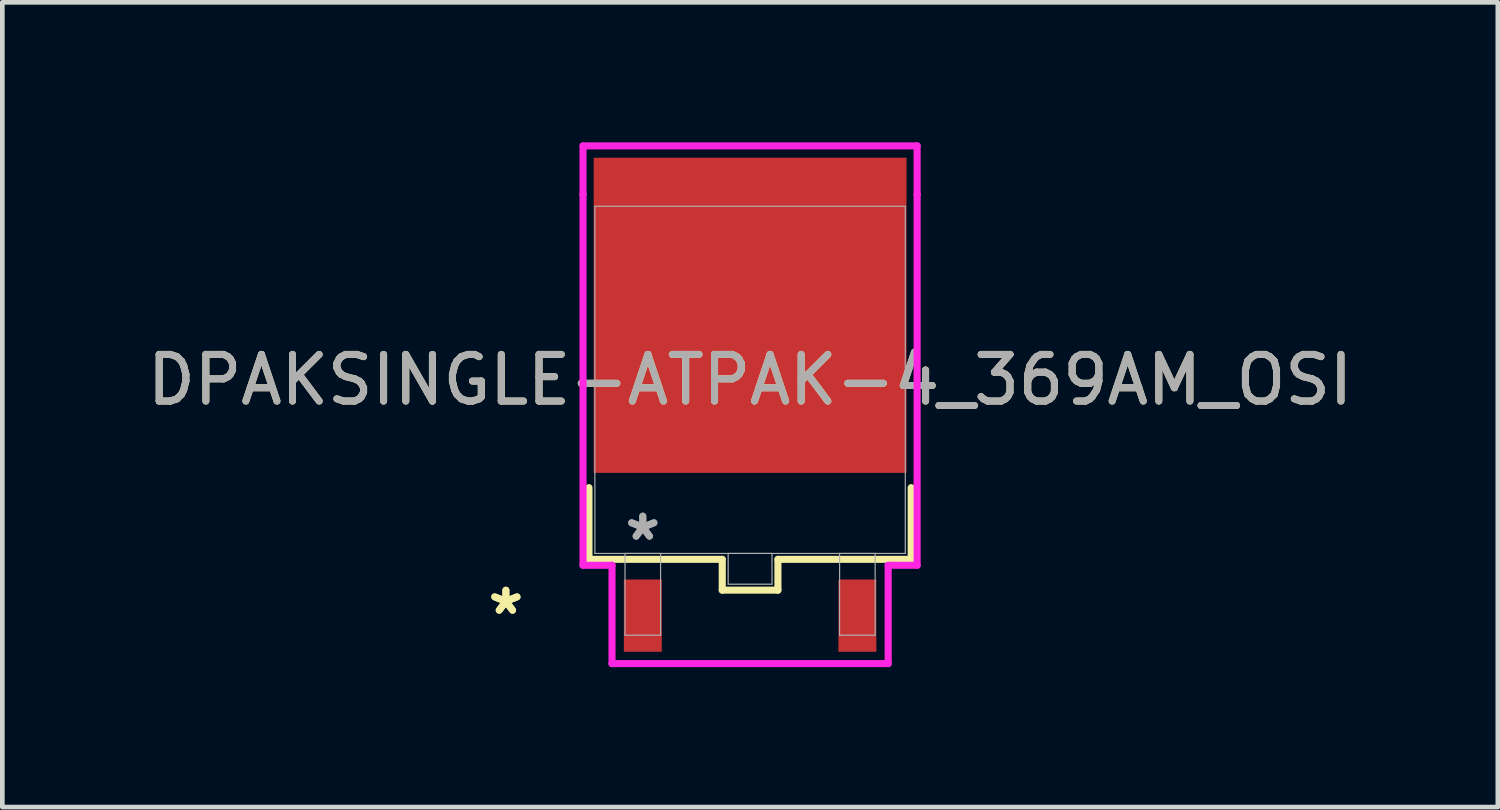
<source format=kicad_pcb>
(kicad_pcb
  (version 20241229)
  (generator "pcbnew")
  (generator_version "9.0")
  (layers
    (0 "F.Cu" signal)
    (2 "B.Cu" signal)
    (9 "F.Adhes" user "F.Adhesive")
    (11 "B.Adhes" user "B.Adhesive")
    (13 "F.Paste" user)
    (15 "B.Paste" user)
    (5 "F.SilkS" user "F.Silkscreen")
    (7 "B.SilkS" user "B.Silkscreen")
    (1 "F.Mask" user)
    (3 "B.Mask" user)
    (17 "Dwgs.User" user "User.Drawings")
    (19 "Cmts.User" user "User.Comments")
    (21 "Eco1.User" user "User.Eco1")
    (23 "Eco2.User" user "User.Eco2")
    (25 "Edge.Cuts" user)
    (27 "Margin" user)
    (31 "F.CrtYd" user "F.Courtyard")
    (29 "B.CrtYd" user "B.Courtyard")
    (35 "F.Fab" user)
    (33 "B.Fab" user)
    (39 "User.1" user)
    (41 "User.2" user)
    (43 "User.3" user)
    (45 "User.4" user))
  (footprint "DPAKSINGLE-ATPAK-4_369AM_OSI"
    (layer "F.Cu")
    (at 13.03 5.093)
    (property "Reference" "DPAKSINGLE-ATPAK-4_369AM_OSI" (at 0 0 0) (unlocked yes) (layer "F.SilkS") (effects (font (size 1 1) (thickness 0.15))))
    (attr smd)
    (fp_line (start -3.454 2.311) (end -3.454 3.848) (stroke (width 0.152) (type solid)) (layer "F.SilkS"))
    (fp_line (start -3.454 3.848) (end -0.597 3.848) (stroke (width 0.152) (type solid)) (layer "F.SilkS"))
    (fp_line (start -0.597 3.848) (end -0.597 4.508) (stroke (width 0.152) (type solid)) (layer "F.SilkS"))
    (fp_line (start -0.597 4.508) (end 0.597 4.508) (stroke (width 0.152) (type solid)) (layer "F.SilkS"))
    (fp_line (start 0.597 3.848) (end 3.454 3.848) (stroke (width 0.152) (type solid)) (layer "F.SilkS"))
    (fp_line (start 0.597 4.508) (end 0.597 3.848) (stroke (width 0.152) (type solid)) (layer "F.SilkS"))
    (fp_line (start 3.454 3.848) (end 3.454 2.311) (stroke (width 0.152) (type solid)) (layer "F.SilkS"))
    (fp_line (start -3.581 -5.016) (end 3.581 -5.016) (stroke (width 0.152) (type solid)) (layer "F.CrtYd"))
    (fp_line (start -3.581 -3.975) (end -3.581 -5.016) (stroke (width 0.152) (type solid)) (layer "F.CrtYd"))
    (fp_line (start -3.581 -3.975) (end -3.581 -3.975) (stroke (width 0.152) (type solid)) (layer "F.CrtYd"))
    (fp_line (start -3.581 3.975) (end -3.581 -3.975) (stroke (width 0.152) (type solid)) (layer "F.CrtYd"))
    (fp_line (start -2.96 3.975) (end -3.581 3.975) (stroke (width 0.152) (type solid)) (layer "F.CrtYd"))
    (fp_line (start -2.96 6.083) (end -2.96 3.975) (stroke (width 0.152) (type solid)) (layer "F.CrtYd"))
    (fp_line (start 2.96 3.975) (end 2.96 6.083) (stroke (width 0.152) (type solid)) (layer "F.CrtYd"))
    (fp_line (start 2.96 6.083) (end -2.96 6.083) (stroke (width 0.152) (type solid)) (layer "F.CrtYd"))
    (fp_line (start 3.581 -5.016) (end 3.581 -3.975) (stroke (width 0.152) (type solid)) (layer "F.CrtYd"))
    (fp_line (start 3.581 -3.975) (end 3.581 -3.975) (stroke (width 0.152) (type solid)) (layer "F.CrtYd"))
    (fp_line (start 3.581 -3.975) (end 3.581 3.975) (stroke (width 0.152) (type solid)) (layer "F.CrtYd"))
    (fp_line (start 3.581 3.975) (end 2.96 3.975) (stroke (width 0.152) (type solid)) (layer "F.CrtYd"))
    (fp_line (start -3.327 -3.721) (end -3.327 3.721) (stroke (width 0.025) (type solid)) (layer "F.Fab"))
    (fp_line (start -3.327 3.721) (end 3.327 3.721) (stroke (width 0.025) (type solid)) (layer "F.Fab"))
    (fp_line (start -2.681 3.721) (end -2.681 5.474) (stroke (width 0.025) (type solid)) (layer "F.Fab"))
    (fp_line (start -2.681 5.474) (end -1.919 5.474) (stroke (width 0.025) (type solid)) (layer "F.Fab"))
    (fp_line (start -1.919 3.721) (end -2.681 3.721) (stroke (width 0.025) (type solid)) (layer "F.Fab"))
    (fp_line (start -1.919 5.474) (end -1.919 3.721) (stroke (width 0.025) (type solid)) (layer "F.Fab"))
    (fp_line (start -0.47 3.721) (end -0.47 4.381) (stroke (width 0.025) (type solid)) (layer "F.Fab"))
    (fp_line (start -0.47 4.381) (end 0.47 4.381) (stroke (width 0.025) (type solid)) (layer "F.Fab"))
    (fp_line (start 0.47 3.721) (end -0.47 3.721) (stroke (width 0.025) (type solid)) (layer "F.Fab"))
    (fp_line (start 0.47 4.381) (end 0.47 3.721) (stroke (width 0.025) (type solid)) (layer "F.Fab"))
    (fp_line (start 1.919 3.721) (end 1.919 5.474) (stroke (width 0.025) (type solid)) (layer "F.Fab"))
    (fp_line (start 1.919 5.474) (end 2.681 5.474) (stroke (width 0.025) (type solid)) (layer "F.Fab"))
    (fp_line (start 2.681 3.721) (end 1.919 3.721) (stroke (width 0.025) (type solid)) (layer "F.Fab"))
    (fp_line (start 2.681 5.474) (end 2.681 3.721) (stroke (width 0.025) (type solid)) (layer "F.Fab"))
    (fp_line (start 3.327 -3.721) (end -3.327 -3.721) (stroke (width 0.025) (type solid)) (layer "F.Fab"))
    (fp_line (start 3.327 3.721) (end 3.327 -3.721) (stroke (width 0.025) (type solid)) (layer "F.Fab"))
    (fp_text user "*" (at -5.235 5.055 0) (layer "F.SilkS") (effects (font (size 1 1) (thickness 0.15))))
    (fp_text user "*" (at -5.235 5.055 0) (unlocked yes) (layer "F.SilkS") (effects (font (size 1 1) (thickness 0.15))))
    (fp_text user "${REFERENCE}" (at 0 0 0) (unlocked yes) (layer "F.Fab") (effects (font (size 1 1) (thickness 0.15))))
    (fp_text user "*" (at -2.3 3.467 0) (layer "F.Fab") (effects (font (size 1 1) (thickness 0.15))))
    (fp_text user "*" (at -2.3 3.467 0) (unlocked yes) (layer "F.Fab") (effects (font (size 1 1) (thickness 0.15))))
    (pad "1" smd rect (at -2.3 5.055) (size 0.813 1.549) (layers "F.Cu" "F.Mask" "F.Paste"))
    (pad "2" smd rect (at 0 -1.384) (size 6.706 6.756) (layers "F.Cu" "F.Mask" "F.Paste"))
    (pad "3" smd rect (at 2.3 5.055) (size 0.813 1.549) (layers "F.Cu" "F.Mask" "F.Paste")))
  (gr_rect
    (start -3 -3)
    (end 29.06 14.252)
    (stroke (width 0.1) (type default))
    (fill no)
    (layer "Edge.Cuts")))
</source>
